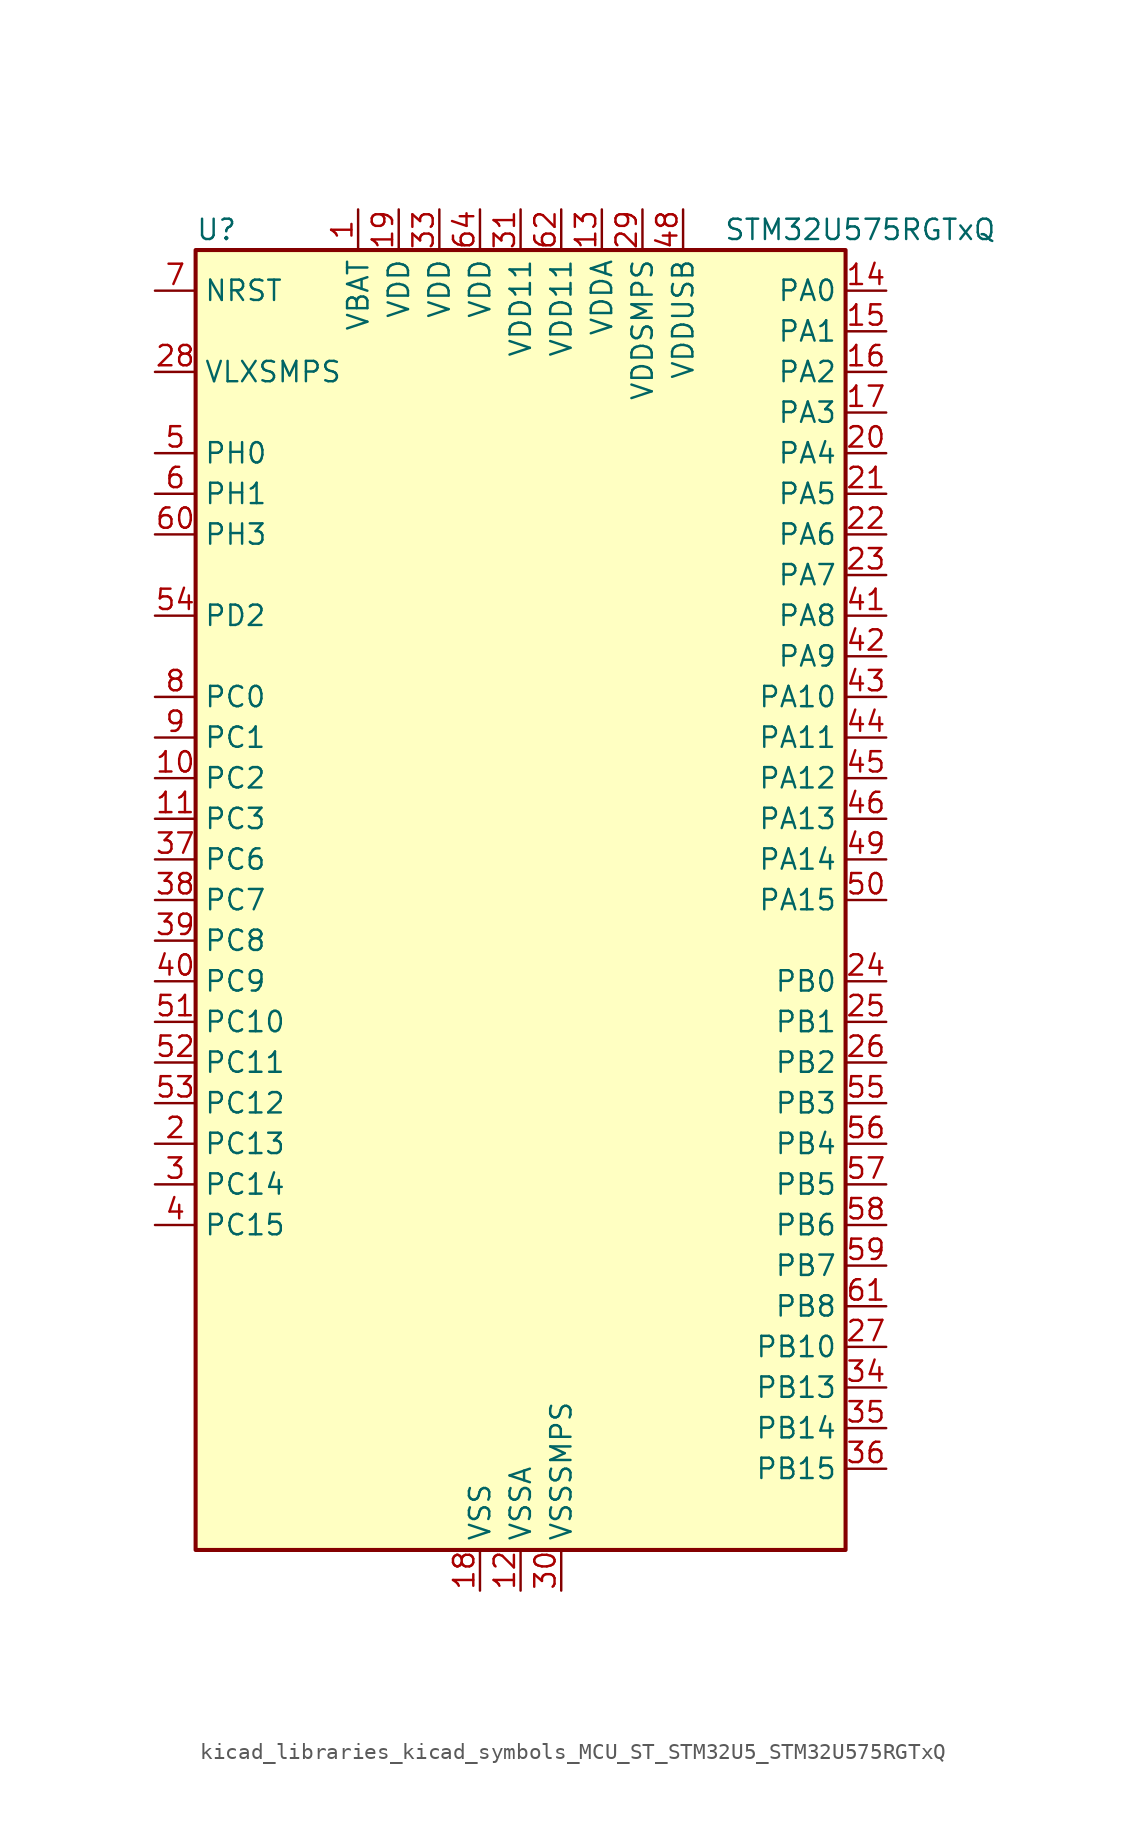
<source format=kicad_sym>
(kicad_symbol_lib
  (version 20220914)
  (generator kicad_symbol_editor)
  (symbol "kicad_libraries_kicad_symbols_MCU_ST_STM32U5_STM32U575RGTxQ"
    (property "Reference" "U"
      (at -20.32 41.91 0)
      (effects (font (size 1.27 1.27)) (justify left)))
    (property "Value" "STM32U575RGTxQ"
      (at 12.7 41.91 0)
      (effects (font (size 1.27 1.27)) (justify left)))
    (property "ki_locked" ""
      (at 0 0 0)
      (effects (font (size 1.27 1.27))))
    (symbol "kicad_libraries_kicad_symbols_MCU_ST_STM32U5_STM32U575RGTxQ_0_1"
      (rectangle (start -20.32 -40.64) (end 20.32 40.64) (stroke (width 0.254) (type default)) (fill (type background))))
    (symbol "kicad_libraries_kicad_symbols_MCU_ST_STM32U5_STM32U575RGTxQ_1_1"
      (pin power_in line (at -10.16 43.18 270) (length 2.54) (name "VBAT" (effects (font (size 1.27 1.27)))) (number "1" (effects (font (size 1.27 1.27)))))
      (pin bidirectional line (at -22.86 7.62 0) (length 2.54) (name "PC2" (effects (font (size 1.27 1.27)))) (number "10" (effects (font (size 1.27 1.27)))) (alternate "ADC1_IN3" bidirectional line) (alternate "ADC4_IN3" bidirectional line) (alternate "LPTIM1_IN2" bidirectional line) (alternate "MDF1_CCK1" bidirectional line) (alternate "OCTOSPIM_P1_IO5" bidirectional line) (alternate "SPI2_MISO" bidirectional line))
      (pin bidirectional line (at -22.86 5.08 0) (length 2.54) (name "PC3" (effects (font (size 1.27 1.27)))) (number "11" (effects (font (size 1.27 1.27)))) (alternate "ADC1_IN4" bidirectional line) (alternate "ADC4_IN4" bidirectional line) (alternate "LPTIM1_ETR" bidirectional line) (alternate "LPTIM2_ETR" bidirectional line) (alternate "LPTIM3_CH1" bidirectional line) (alternate "OCTOSPIM_P1_IO6" bidirectional line) (alternate "SAI1_D1" bidirectional line) (alternate "SAI1_SD_A" bidirectional line) (alternate "SPI2_MOSI" bidirectional line))
      (pin power_in line (at 0 -43.18 90) (length 2.54) (name "VSSA" (effects (font (size 1.27 1.27)))) (number "12" (effects (font (size 1.27 1.27)))))
      (pin power_in line (at 5.08 43.18 270) (length 2.54) (name "VDDA" (effects (font (size 1.27 1.27)))) (number "13" (effects (font (size 1.27 1.27)))))
      (pin bidirectional line (at 22.86 38.1 180) (length 2.54) (name "PA0" (effects (font (size 1.27 1.27)))) (number "14" (effects (font (size 1.27 1.27)))) (alternate "ADC1_IN5" bidirectional line) (alternate "AUDIOCLK" bidirectional line) (alternate "OCTOSPIM_P2_NCS" bidirectional line) (alternate "OPAMP1_VINP" bidirectional line) (alternate "PWR_WKUP1" bidirectional line) (alternate "SDMMC2_CMD" bidirectional line) (alternate "SPI3_RDY" bidirectional line) (alternate "TAMP_IN2" bidirectional line) (alternate "TAMP_OUT1" bidirectional line) (alternate "TIM2_CH1" bidirectional line) (alternate "TIM2_ETR" bidirectional line) (alternate "TIM5_CH1" bidirectional line) (alternate "TIM8_ETR" bidirectional line) (alternate "UART4_TX" bidirectional line) (alternate "USART2_CTS" bidirectional line))
      (pin bidirectional line (at 22.86 35.56 180) (length 2.54) (name "PA1" (effects (font (size 1.27 1.27)))) (number "15" (effects (font (size 1.27 1.27)))) (alternate "ADC1_IN6" bidirectional line) (alternate "I2C1_SMBA" bidirectional line) (alternate "LPTIM1_CH2" bidirectional line) (alternate "OCTOSPIM_P1_DQS" bidirectional line) (alternate "OPAMP1_VINM" bidirectional line) (alternate "PWR_WKUP3" bidirectional line) (alternate "SPI1_SCK" bidirectional line) (alternate "TAMP_IN5" bidirectional line) (alternate "TAMP_OUT4" bidirectional line) (alternate "TIM15_CH1N" bidirectional line) (alternate "TIM2_CH2" bidirectional line) (alternate "TIM5_CH2" bidirectional line) (alternate "UART4_RX" bidirectional line) (alternate "USART2_DE" bidirectional line) (alternate "USART2_RTS" bidirectional line))
      (pin bidirectional line (at 22.86 33.02 180) (length 2.54) (name "PA2" (effects (font (size 1.27 1.27)))) (number "16" (effects (font (size 1.27 1.27)))) (alternate "ADC1_IN7" bidirectional line) (alternate "COMP1_INP" bidirectional line) (alternate "LPUART1_TX" bidirectional line) (alternate "OCTOSPIM_P1_NCS" bidirectional line) (alternate "PWR_WKUP4" bidirectional line) (alternate "RCC_LSCO" bidirectional line) (alternate "SPI1_RDY" bidirectional line) (alternate "TIM15_CH1" bidirectional line) (alternate "TIM2_CH3" bidirectional line) (alternate "TIM5_CH3" bidirectional line) (alternate "UCPD1_FRSTX1" bidirectional line) (alternate "USART2_TX" bidirectional line))
      (pin bidirectional line (at 22.86 30.48 180) (length 2.54) (name "PA3" (effects (font (size 1.27 1.27)))) (number "17" (effects (font (size 1.27 1.27)))) (alternate "ADC1_IN8" bidirectional line) (alternate "LPUART1_RX" bidirectional line) (alternate "OCTOSPIM_P1_CLK" bidirectional line) (alternate "OPAMP1_VOUT" bidirectional line) (alternate "PWR_WKUP5" bidirectional line) (alternate "SAI1_CK1" bidirectional line) (alternate "SAI1_MCLK_A" bidirectional line) (alternate "TIM15_CH2" bidirectional line) (alternate "TIM2_CH4" bidirectional line) (alternate "TIM5_CH4" bidirectional line) (alternate "USART2_RX" bidirectional line))
      (pin power_in line (at -2.54 -43.18 90) (length 2.54) (name "VSS" (effects (font (size 1.27 1.27)))) (number "18" (effects (font (size 1.27 1.27)))))
      (pin power_in line (at -7.62 43.18 270) (length 2.54) (name "VDD" (effects (font (size 1.27 1.27)))) (number "19" (effects (font (size 1.27 1.27)))))
      (pin bidirectional line (at -22.86 -15.24 0) (length 2.54) (name "PC13" (effects (font (size 1.27 1.27)))) (number "2" (effects (font (size 1.27 1.27)))) (alternate "PWR_WKUP2" bidirectional line) (alternate "RTC_OUT1" bidirectional line) (alternate "RTC_TS" bidirectional line) (alternate "TAMP_IN1" bidirectional line) (alternate "TAMP_OUT2" bidirectional line))
      (pin bidirectional line (at 22.86 27.94 180) (length 2.54) (name "PA4" (effects (font (size 1.27 1.27)))) (number "20" (effects (font (size 1.27 1.27)))) (alternate "ADC1_IN9" bidirectional line) (alternate "ADC4_IN9" bidirectional line) (alternate "DAC1_OUT1" bidirectional line) (alternate "LPTIM2_CH1" bidirectional line) (alternate "OCTOSPIM_P1_NCS" bidirectional line) (alternate "PWR_WKUP2" bidirectional line) (alternate "SAI1_FS_B" bidirectional line) (alternate "SPI1_NSS" bidirectional line) (alternate "SPI3_NSS" bidirectional line) (alternate "USART2_CK" bidirectional line))
      (pin bidirectional line (at 22.86 25.4 180) (length 2.54) (name "PA5" (effects (font (size 1.27 1.27)))) (number "21" (effects (font (size 1.27 1.27)))) (alternate "ADC1_IN10" bidirectional line) (alternate "ADC4_IN10" bidirectional line) (alternate "DAC1_OUT2" bidirectional line) (alternate "LPTIM2_ETR" bidirectional line) (alternate "PWR_CSLEEP" bidirectional line) (alternate "PWR_WKUP6" bidirectional line) (alternate "SPI1_SCK" bidirectional line) (alternate "TIM2_CH1" bidirectional line) (alternate "TIM2_ETR" bidirectional line) (alternate "TIM8_CH1N" bidirectional line) (alternate "USART3_RX" bidirectional line))
      (pin bidirectional line (at 22.86 22.86 180) (length 2.54) (name "PA6" (effects (font (size 1.27 1.27)))) (number "22" (effects (font (size 1.27 1.27)))) (alternate "ADC1_IN11" bidirectional line) (alternate "ADC4_IN11" bidirectional line) (alternate "LPUART1_CTS" bidirectional line) (alternate "OCTOSPIM_P1_IO3" bidirectional line) (alternate "OPAMP2_VINP" bidirectional line) (alternate "PWR_CDSTOP" bidirectional line) (alternate "PWR_WKUP7" bidirectional line) (alternate "SPI1_MISO" bidirectional line) (alternate "TIM16_CH1" bidirectional line) (alternate "TIM1_BKIN" bidirectional line) (alternate "TIM3_CH1" bidirectional line) (alternate "TIM8_BKIN" bidirectional line) (alternate "USART3_CTS" bidirectional line))
      (pin bidirectional line (at 22.86 20.32 180) (length 2.54) (name "PA7" (effects (font (size 1.27 1.27)))) (number "23" (effects (font (size 1.27 1.27)))) (alternate "ADC1_IN12" bidirectional line) (alternate "ADC4_IN20" bidirectional line) (alternate "I2C3_SCL" bidirectional line) (alternate "LPTIM2_CH2" bidirectional line) (alternate "OCTOSPIM_P1_IO2" bidirectional line) (alternate "OPAMP2_VINM" bidirectional line) (alternate "PWR_SRDSTOP" bidirectional line) (alternate "PWR_WKUP8" bidirectional line) (alternate "SPI1_MOSI" bidirectional line) (alternate "TIM17_CH1" bidirectional line) (alternate "TIM1_CH1N" bidirectional line) (alternate "TIM3_CH2" bidirectional line) (alternate "TIM8_CH1N" bidirectional line) (alternate "USART3_TX" bidirectional line))
      (pin bidirectional line (at 22.86 -5.08 180) (length 2.54) (name "PB0" (effects (font (size 1.27 1.27)))) (number "24" (effects (font (size 1.27 1.27)))) (alternate "ADC1_IN15" bidirectional line) (alternate "ADC4_IN18" bidirectional line) (alternate "AUDIOCLK" bidirectional line) (alternate "COMP1_OUT" bidirectional line) (alternate "LPTIM3_CH1" bidirectional line) (alternate "OCTOSPIM_P1_IO1" bidirectional line) (alternate "OPAMP2_VOUT" bidirectional line) (alternate "SPI1_NSS" bidirectional line) (alternate "TIM1_CH2N" bidirectional line) (alternate "TIM3_CH3" bidirectional line) (alternate "TIM8_CH2N" bidirectional line) (alternate "USART3_CK" bidirectional line))
      (pin bidirectional line (at 22.86 -7.62 180) (length 2.54) (name "PB1" (effects (font (size 1.27 1.27)))) (number "25" (effects (font (size 1.27 1.27)))) (alternate "ADC1_IN16" bidirectional line) (alternate "ADC4_IN19" bidirectional line) (alternate "COMP1_INM" bidirectional line) (alternate "LPTIM2_IN1" bidirectional line) (alternate "LPTIM3_CH2" bidirectional line) (alternate "LPUART1_DE" bidirectional line) (alternate "LPUART1_RTS" bidirectional line) (alternate "MDF1_SDI0" bidirectional line) (alternate "OCTOSPIM_P1_IO0" bidirectional line) (alternate "PWR_WKUP4" bidirectional line) (alternate "TIM1_CH3N" bidirectional line) (alternate "TIM3_CH4" bidirectional line) (alternate "TIM8_CH3N" bidirectional line) (alternate "USART3_DE" bidirectional line) (alternate "USART3_RTS" bidirectional line))
      (pin bidirectional line (at 22.86 -10.16 180) (length 2.54) (name "PB2" (effects (font (size 1.27 1.27)))) (number "26" (effects (font (size 1.27 1.27)))) (alternate "ADC1_IN17" bidirectional line) (alternate "COMP1_INP" bidirectional line) (alternate "I2C3_SMBA" bidirectional line) (alternate "LPTIM1_CH1" bidirectional line) (alternate "MDF1_CKI0" bidirectional line) (alternate "OCTOSPIM_P1_DQS" bidirectional line) (alternate "PWR_WKUP1" bidirectional line) (alternate "RTC_OUT2" bidirectional line) (alternate "SPI1_RDY" bidirectional line) (alternate "TIM8_CH4N" bidirectional line) (alternate "UCPD1_FRSTX1" bidirectional line))
      (pin bidirectional line (at 22.86 -27.94 180) (length 2.54) (name "PB10" (effects (font (size 1.27 1.27)))) (number "27" (effects (font (size 1.27 1.27)))) (alternate "COMP1_OUT" bidirectional line) (alternate "I2C2_SCL" bidirectional line) (alternate "I2C4_SCL" bidirectional line) (alternate "LPTIM3_CH1" bidirectional line) (alternate "LPUART1_RX" bidirectional line) (alternate "OCTOSPIM_P1_CLK" bidirectional line) (alternate "PWR_WKUP8" bidirectional line) (alternate "SAI1_SCK_A" bidirectional line) (alternate "SPI2_SCK" bidirectional line) (alternate "TIM2_CH3" bidirectional line) (alternate "TSC_SYNC" bidirectional line) (alternate "USART3_TX" bidirectional line))
      (pin power_in line (at -22.86 33.02 0) (length 2.54) (name "VLXSMPS" (effects (font (size 1.27 1.27)))) (number "28" (effects (font (size 1.27 1.27)))))
      (pin power_in line (at 7.62 43.18 270) (length 2.54) (name "VDDSMPS" (effects (font (size 1.27 1.27)))) (number "29" (effects (font (size 1.27 1.27)))))
      (pin bidirectional line (at -22.86 -17.78 0) (length 2.54) (name "PC14" (effects (font (size 1.27 1.27)))) (number "3" (effects (font (size 1.27 1.27)))) (alternate "RCC_OSC32_IN" bidirectional line))
      (pin power_in line (at 2.54 -43.18 90) (length 2.54) (name "VSSSMPS" (effects (font (size 1.27 1.27)))) (number "30" (effects (font (size 1.27 1.27)))))
      (pin power_in line (at 0 43.18 270) (length 2.54) (name "VDD11" (effects (font (size 1.27 1.27)))) (number "31" (effects (font (size 1.27 1.27)))))
      (pin passive line (at -2.54 -43.18 90) (length 2.54) hide (name "VSS" (effects (font (size 1.27 1.27)))) (number "32" (effects (font (size 1.27 1.27)))))
      (pin power_in line (at -5.08 43.18 270) (length 2.54) (name "VDD" (effects (font (size 1.27 1.27)))) (number "33" (effects (font (size 1.27 1.27)))))
      (pin bidirectional line (at 22.86 -30.48 180) (length 2.54) (name "PB13" (effects (font (size 1.27 1.27)))) (number "34" (effects (font (size 1.27 1.27)))) (alternate "I2C2_SCL" bidirectional line) (alternate "LPTIM3_IN1" bidirectional line) (alternate "LPUART1_CTS" bidirectional line) (alternate "MDF1_CKI1" bidirectional line) (alternate "SPI2_SCK" bidirectional line) (alternate "TIM15_CH1N" bidirectional line) (alternate "TIM1_CH1N" bidirectional line) (alternate "TSC_G1_IO2" bidirectional line) (alternate "USART3_CTS" bidirectional line))
      (pin bidirectional line (at 22.86 -33.02 180) (length 2.54) (name "PB14" (effects (font (size 1.27 1.27)))) (number "35" (effects (font (size 1.27 1.27)))) (alternate "I2C2_SDA" bidirectional line) (alternate "LPTIM3_ETR" bidirectional line) (alternate "MDF1_SDI2" bidirectional line) (alternate "SDMMC2_D0" bidirectional line) (alternate "SPI2_MISO" bidirectional line) (alternate "TIM15_CH1" bidirectional line) (alternate "TIM1_CH2N" bidirectional line) (alternate "TIM8_CH2N" bidirectional line) (alternate "TSC_G1_IO3" bidirectional line) (alternate "UCPD1_DBCC2" bidirectional line) (alternate "USART3_DE" bidirectional line) (alternate "USART3_RTS" bidirectional line))
      (pin bidirectional line (at 22.86 -35.56 180) (length 2.54) (name "PB15" (effects (font (size 1.27 1.27)))) (number "36" (effects (font (size 1.27 1.27)))) (alternate "ADC1_EXTI15" bidirectional line) (alternate "ADC4_EXTI15" bidirectional line) (alternate "LPTIM2_IN2" bidirectional line) (alternate "MDF1_CKI2" bidirectional line) (alternate "PWR_WKUP7" bidirectional line) (alternate "RTC_REFIN" bidirectional line) (alternate "SDMMC2_D1" bidirectional line) (alternate "SPI2_MOSI" bidirectional line) (alternate "TIM15_CH2" bidirectional line) (alternate "TIM1_CH3N" bidirectional line) (alternate "TIM8_CH3N" bidirectional line) (alternate "UCPD1_CC2" bidirectional line))
      (pin bidirectional line (at -22.86 2.54 0) (length 2.54) (name "PC6" (effects (font (size 1.27 1.27)))) (number "37" (effects (font (size 1.27 1.27)))) (alternate "MDF1_CKI3" bidirectional line) (alternate "PWR_CSLEEP" bidirectional line) (alternate "SDMMC1_D0DIR" bidirectional line) (alternate "SDMMC1_D6" bidirectional line) (alternate "SDMMC2_D6" bidirectional line) (alternate "TIM3_CH1" bidirectional line) (alternate "TIM8_CH1" bidirectional line) (alternate "TSC_G4_IO1" bidirectional line))
      (pin bidirectional line (at -22.86 0 0) (length 2.54) (name "PC7" (effects (font (size 1.27 1.27)))) (number "38" (effects (font (size 1.27 1.27)))) (alternate "LPTIM2_CH2" bidirectional line) (alternate "MDF1_SDI3" bidirectional line) (alternate "PWR_CDSTOP" bidirectional line) (alternate "SDMMC1_D123DIR" bidirectional line) (alternate "SDMMC1_D7" bidirectional line) (alternate "SDMMC2_D7" bidirectional line) (alternate "TIM3_CH2" bidirectional line) (alternate "TIM8_CH2" bidirectional line) (alternate "TSC_G4_IO2" bidirectional line))
      (pin bidirectional line (at -22.86 -2.54 0) (length 2.54) (name "PC8" (effects (font (size 1.27 1.27)))) (number "39" (effects (font (size 1.27 1.27)))) (alternate "LPTIM3_CH1" bidirectional line) (alternate "PWR_SRDSTOP" bidirectional line) (alternate "SDMMC1_D0" bidirectional line) (alternate "TIM3_CH3" bidirectional line) (alternate "TIM8_CH3" bidirectional line) (alternate "TSC_G4_IO3" bidirectional line))
      (pin bidirectional line (at -22.86 -20.32 0) (length 2.54) (name "PC15" (effects (font (size 1.27 1.27)))) (number "4" (effects (font (size 1.27 1.27)))) (alternate "ADC1_EXTI15" bidirectional line) (alternate "ADC4_EXTI15" bidirectional line) (alternate "RCC_OSC32_OUT" bidirectional line))
      (pin bidirectional line (at -22.86 -5.08 0) (length 2.54) (name "PC9" (effects (font (size 1.27 1.27)))) (number "40" (effects (font (size 1.27 1.27)))) (alternate "DAC1_EXTI9" bidirectional line) (alternate "DEBUG_TRACED0" bidirectional line) (alternate "LPTIM3_CH2" bidirectional line) (alternate "SDMMC1_D1" bidirectional line) (alternate "TIM3_CH4" bidirectional line) (alternate "TIM8_BKIN2" bidirectional line) (alternate "TIM8_CH4" bidirectional line) (alternate "TSC_G4_IO4" bidirectional line) (alternate "USB_OTG_FS_NOE" bidirectional line))
      (pin bidirectional line (at 22.86 17.78 180) (length 2.54) (name "PA8" (effects (font (size 1.27 1.27)))) (number "41" (effects (font (size 1.27 1.27)))) (alternate "DEBUG_TRACECLK" bidirectional line) (alternate "LPTIM2_CH1" bidirectional line) (alternate "RCC_MCO" bidirectional line) (alternate "SAI1_CK2" bidirectional line) (alternate "SAI1_SCK_A" bidirectional line) (alternate "SPI1_RDY" bidirectional line) (alternate "TIM1_CH1" bidirectional line) (alternate "USART1_CK" bidirectional line) (alternate "USB_OTG_FS_SOF" bidirectional line))
      (pin bidirectional line (at 22.86 15.24 180) (length 2.54) (name "PA9" (effects (font (size 1.27 1.27)))) (number "42" (effects (font (size 1.27 1.27)))) (alternate "DAC1_EXTI9" bidirectional line) (alternate "SAI1_FS_A" bidirectional line) (alternate "SPI2_SCK" bidirectional line) (alternate "TIM15_BKIN" bidirectional line) (alternate "TIM1_CH2" bidirectional line) (alternate "USART1_TX" bidirectional line) (alternate "USB_OTG_FS_VBUS" bidirectional line))
      (pin bidirectional line (at 22.86 12.7 180) (length 2.54) (name "PA10" (effects (font (size 1.27 1.27)))) (number "43" (effects (font (size 1.27 1.27)))) (alternate "CRS_SYNC" bidirectional line) (alternate "LPTIM2_IN2" bidirectional line) (alternate "SAI1_D1" bidirectional line) (alternate "SAI1_SD_A" bidirectional line) (alternate "TIM17_BKIN" bidirectional line) (alternate "TIM1_CH3" bidirectional line) (alternate "USART1_RX" bidirectional line) (alternate "USB_OTG_FS_ID" bidirectional line))
      (pin bidirectional line (at 22.86 10.16 180) (length 2.54) (name "PA11" (effects (font (size 1.27 1.27)))) (number "44" (effects (font (size 1.27 1.27)))) (alternate "ADC1_EXTI11" bidirectional line) (alternate "FDCAN1_RX" bidirectional line) (alternate "SPI1_MISO" bidirectional line) (alternate "TIM1_BKIN2" bidirectional line) (alternate "TIM1_CH4" bidirectional line) (alternate "USART1_CTS" bidirectional line) (alternate "USB_OTG_FS_DM" bidirectional line))
      (pin bidirectional line (at 22.86 7.62 180) (length 2.54) (name "PA12" (effects (font (size 1.27 1.27)))) (number "45" (effects (font (size 1.27 1.27)))) (alternate "FDCAN1_TX" bidirectional line) (alternate "OCTOSPIM_P2_NCS" bidirectional line) (alternate "SPI1_MOSI" bidirectional line) (alternate "TIM1_ETR" bidirectional line) (alternate "USART1_DE" bidirectional line) (alternate "USART1_RTS" bidirectional line) (alternate "USB_OTG_FS_DP" bidirectional line))
      (pin bidirectional line (at 22.86 5.08 180) (length 2.54) (name "PA13" (effects (font (size 1.27 1.27)))) (number "46" (effects (font (size 1.27 1.27)))) (alternate "DEBUG_JTMS-SWDIO" bidirectional line) (alternate "IR_OUT" bidirectional line) (alternate "SAI1_SD_B" bidirectional line) (alternate "USB_OTG_FS_NOE" bidirectional line))
      (pin passive line (at -2.54 -43.18 90) (length 2.54) hide (name "VSS" (effects (font (size 1.27 1.27)))) (number "47" (effects (font (size 1.27 1.27)))))
      (pin power_in line (at 10.16 43.18 270) (length 2.54) (name "VDDUSB" (effects (font (size 1.27 1.27)))) (number "48" (effects (font (size 1.27 1.27)))))
      (pin bidirectional line (at 22.86 2.54 180) (length 2.54) (name "PA14" (effects (font (size 1.27 1.27)))) (number "49" (effects (font (size 1.27 1.27)))) (alternate "DEBUG_JTCK-SWCLK" bidirectional line) (alternate "I2C1_SMBA" bidirectional line) (alternate "I2C4_SMBA" bidirectional line) (alternate "LPTIM1_CH1" bidirectional line) (alternate "SAI1_FS_B" bidirectional line) (alternate "USB_OTG_FS_SOF" bidirectional line))
      (pin bidirectional line (at -22.86 27.94 0) (length 2.54) (name "PH0" (effects (font (size 1.27 1.27)))) (number "5" (effects (font (size 1.27 1.27)))) (alternate "RCC_OSC_IN" bidirectional line))
      (pin bidirectional line (at 22.86 0 180) (length 2.54) (name "PA15" (effects (font (size 1.27 1.27)))) (number "50" (effects (font (size 1.27 1.27)))) (alternate "ADC1_EXTI15" bidirectional line) (alternate "ADC4_EXTI15" bidirectional line) (alternate "DEBUG_JTDI" bidirectional line) (alternate "SPI1_NSS" bidirectional line) (alternate "SPI3_NSS" bidirectional line) (alternate "TIM2_CH1" bidirectional line) (alternate "TIM2_ETR" bidirectional line) (alternate "UART4_DE" bidirectional line) (alternate "UART4_RTS" bidirectional line) (alternate "UCPD1_CC1" bidirectional line) (alternate "USART2_RX" bidirectional line) (alternate "USART3_DE" bidirectional line) (alternate "USART3_RTS" bidirectional line))
      (pin bidirectional line (at -22.86 -7.62 0) (length 2.54) (name "PC10" (effects (font (size 1.27 1.27)))) (number "51" (effects (font (size 1.27 1.27)))) (alternate "ADF1_CCK1" bidirectional line) (alternate "DEBUG_TRACED1" bidirectional line) (alternate "LPTIM3_ETR" bidirectional line) (alternate "SDMMC1_D2" bidirectional line) (alternate "SPI3_SCK" bidirectional line) (alternate "TSC_G3_IO2" bidirectional line) (alternate "UART4_TX" bidirectional line) (alternate "USART3_TX" bidirectional line))
      (pin bidirectional line (at -22.86 -10.16 0) (length 2.54) (name "PC11" (effects (font (size 1.27 1.27)))) (number "52" (effects (font (size 1.27 1.27)))) (alternate "ADC1_EXTI11" bidirectional line) (alternate "ADF1_SDI0" bidirectional line) (alternate "LPTIM3_IN1" bidirectional line) (alternate "OCTOSPIM_P1_NCS" bidirectional line) (alternate "SDMMC1_D3" bidirectional line) (alternate "SPI3_MISO" bidirectional line) (alternate "TSC_G3_IO3" bidirectional line) (alternate "UART4_RX" bidirectional line) (alternate "UCPD1_FRSTX2" bidirectional line) (alternate "USART3_RX" bidirectional line))
      (pin bidirectional line (at -22.86 -12.7 0) (length 2.54) (name "PC12" (effects (font (size 1.27 1.27)))) (number "53" (effects (font (size 1.27 1.27)))) (alternate "DEBUG_TRACED3" bidirectional line) (alternate "SDMMC1_CK" bidirectional line) (alternate "SPI3_MOSI" bidirectional line) (alternate "TSC_G3_IO4" bidirectional line) (alternate "UART5_TX" bidirectional line) (alternate "USART3_CK" bidirectional line))
      (pin bidirectional line (at -22.86 17.78 0) (length 2.54) (name "PD2" (effects (font (size 1.27 1.27)))) (number "54" (effects (font (size 1.27 1.27)))) (alternate "DEBUG_TRACED2" bidirectional line) (alternate "LPTIM4_ETR" bidirectional line) (alternate "SDMMC1_CMD" bidirectional line) (alternate "TIM3_ETR" bidirectional line) (alternate "TSC_SYNC" bidirectional line) (alternate "UART5_RX" bidirectional line) (alternate "USART3_DE" bidirectional line) (alternate "USART3_RTS" bidirectional line))
      (pin bidirectional line (at 22.86 -12.7 180) (length 2.54) (name "PB3" (effects (font (size 1.27 1.27)))) (number "55" (effects (font (size 1.27 1.27)))) (alternate "ADF1_CCK0" bidirectional line) (alternate "COMP2_INM" bidirectional line) (alternate "CRS_SYNC" bidirectional line) (alternate "DEBUG_JTDO-SWO" bidirectional line) (alternate "I2C1_SDA" bidirectional line) (alternate "LPTIM1_CH1" bidirectional line) (alternate "SAI1_SCK_B" bidirectional line) (alternate "SDMMC2_D2" bidirectional line) (alternate "SPI1_SCK" bidirectional line) (alternate "SPI3_SCK" bidirectional line) (alternate "TIM2_CH2" bidirectional line) (alternate "USART1_DE" bidirectional line) (alternate "USART1_RTS" bidirectional line))
      (pin bidirectional line (at 22.86 -15.24 180) (length 2.54) (name "PB4" (effects (font (size 1.27 1.27)))) (number "56" (effects (font (size 1.27 1.27)))) (alternate "ADF1_SDI0" bidirectional line) (alternate "COMP2_INP" bidirectional line) (alternate "DEBUG_JTRST" bidirectional line) (alternate "I2C3_SDA" bidirectional line) (alternate "LPTIM1_CH2" bidirectional line) (alternate "SAI1_MCLK_B" bidirectional line) (alternate "SDMMC2_D3" bidirectional line) (alternate "SPI1_MISO" bidirectional line) (alternate "SPI3_MISO" bidirectional line) (alternate "TIM17_BKIN" bidirectional line) (alternate "TIM3_CH1" bidirectional line) (alternate "TSC_G2_IO1" bidirectional line) (alternate "UART5_DE" bidirectional line) (alternate "UART5_RTS" bidirectional line) (alternate "USART1_CTS" bidirectional line))
      (pin bidirectional line (at 22.86 -17.78 180) (length 2.54) (name "PB5" (effects (font (size 1.27 1.27)))) (number "57" (effects (font (size 1.27 1.27)))) (alternate "COMP2_OUT" bidirectional line) (alternate "I2C1_SMBA" bidirectional line) (alternate "LPTIM1_IN1" bidirectional line) (alternate "OCTOSPIM_P1_NCLK" bidirectional line) (alternate "PWR_WKUP6" bidirectional line) (alternate "SAI1_SD_B" bidirectional line) (alternate "SPI1_MOSI" bidirectional line) (alternate "SPI3_MOSI" bidirectional line) (alternate "TIM16_BKIN" bidirectional line) (alternate "TIM3_CH2" bidirectional line) (alternate "TSC_G2_IO2" bidirectional line) (alternate "UART5_CTS" bidirectional line) (alternate "UCPD1_DBCC1" bidirectional line) (alternate "USART1_CK" bidirectional line))
      (pin bidirectional line (at 22.86 -20.32 180) (length 2.54) (name "PB6" (effects (font (size 1.27 1.27)))) (number "58" (effects (font (size 1.27 1.27)))) (alternate "COMP2_INP" bidirectional line) (alternate "I2C1_SCL" bidirectional line) (alternate "I2C4_SCL" bidirectional line) (alternate "LPTIM1_ETR" bidirectional line) (alternate "MDF1_SDI5" bidirectional line) (alternate "PWR_WKUP3" bidirectional line) (alternate "SAI1_FS_B" bidirectional line) (alternate "TIM16_CH1N" bidirectional line) (alternate "TIM4_CH1" bidirectional line) (alternate "TIM8_BKIN2" bidirectional line) (alternate "TSC_G2_IO3" bidirectional line) (alternate "USART1_TX" bidirectional line))
      (pin bidirectional line (at 22.86 -22.86 180) (length 2.54) (name "PB7" (effects (font (size 1.27 1.27)))) (number "59" (effects (font (size 1.27 1.27)))) (alternate "COMP2_INM" bidirectional line) (alternate "I2C1_SDA" bidirectional line) (alternate "I2C4_SDA" bidirectional line) (alternate "LPTIM1_IN2" bidirectional line) (alternate "MDF1_CKI5" bidirectional line) (alternate "PWR_PVD_IN" bidirectional line) (alternate "PWR_WKUP4" bidirectional line) (alternate "TIM17_CH1N" bidirectional line) (alternate "TIM4_CH2" bidirectional line) (alternate "TIM8_BKIN" bidirectional line) (alternate "TSC_G2_IO4" bidirectional line) (alternate "UART4_CTS" bidirectional line) (alternate "USART1_RX" bidirectional line))
      (pin bidirectional line (at -22.86 25.4 0) (length 2.54) (name "PH1" (effects (font (size 1.27 1.27)))) (number "6" (effects (font (size 1.27 1.27)))) (alternate "RCC_OSC_OUT" bidirectional line))
      (pin bidirectional line (at -22.86 22.86 0) (length 2.54) (name "PH3" (effects (font (size 1.27 1.27)))) (number "60" (effects (font (size 1.27 1.27)))))
      (pin bidirectional line (at 22.86 -25.4 180) (length 2.54) (name "PB8" (effects (font (size 1.27 1.27)))) (number "61" (effects (font (size 1.27 1.27)))) (alternate "FDCAN1_RX" bidirectional line) (alternate "I2C1_SCL" bidirectional line) (alternate "MDF1_CCK0" bidirectional line) (alternate "PWR_WKUP5" bidirectional line) (alternate "SAI1_CK1" bidirectional line) (alternate "SAI1_MCLK_A" bidirectional line) (alternate "SDMMC1_CKIN" bidirectional line) (alternate "SDMMC1_D4" bidirectional line) (alternate "SDMMC2_D4" bidirectional line) (alternate "SPI3_RDY" bidirectional line) (alternate "TIM16_CH1" bidirectional line) (alternate "TIM4_CH3" bidirectional line))
      (pin power_in line (at 2.54 43.18 270) (length 2.54) (name "VDD11" (effects (font (size 1.27 1.27)))) (number "62" (effects (font (size 1.27 1.27)))))
      (pin passive line (at -2.54 -43.18 90) (length 2.54) hide (name "VSS" (effects (font (size 1.27 1.27)))) (number "63" (effects (font (size 1.27 1.27)))))
      (pin power_in line (at -2.54 43.18 270) (length 2.54) (name "VDD" (effects (font (size 1.27 1.27)))) (number "64" (effects (font (size 1.27 1.27)))))
      (pin input line (at -22.86 38.1 0) (length 2.54) (name "NRST" (effects (font (size 1.27 1.27)))) (number "7" (effects (font (size 1.27 1.27)))))
      (pin bidirectional line (at -22.86 12.7 0) (length 2.54) (name "PC0" (effects (font (size 1.27 1.27)))) (number "8" (effects (font (size 1.27 1.27)))) (alternate "ADC1_IN1" bidirectional line) (alternate "ADC4_IN1" bidirectional line) (alternate "I2C3_SCL" bidirectional line) (alternate "LPTIM1_IN1" bidirectional line) (alternate "LPTIM2_IN1" bidirectional line) (alternate "LPUART1_RX" bidirectional line) (alternate "MDF1_SDI4" bidirectional line) (alternate "OCTOSPIM_P1_IO7" bidirectional line) (alternate "SDMMC1_D5" bidirectional line) (alternate "SPI2_RDY" bidirectional line))
      (pin bidirectional line (at -22.86 10.16 0) (length 2.54) (name "PC1" (effects (font (size 1.27 1.27)))) (number "9" (effects (font (size 1.27 1.27)))) (alternate "ADC1_IN2" bidirectional line) (alternate "ADC4_IN2" bidirectional line) (alternate "DEBUG_TRACED0" bidirectional line) (alternate "I2C3_SDA" bidirectional line) (alternate "LPTIM1_CH1" bidirectional line) (alternate "LPUART1_TX" bidirectional line) (alternate "MDF1_CKI4" bidirectional line) (alternate "OCTOSPIM_P1_IO4" bidirectional line) (alternate "SAI1_SD_A" bidirectional line) (alternate "SDMMC2_CK" bidirectional line) (alternate "SPI2_MOSI" bidirectional line)))))
</source>
